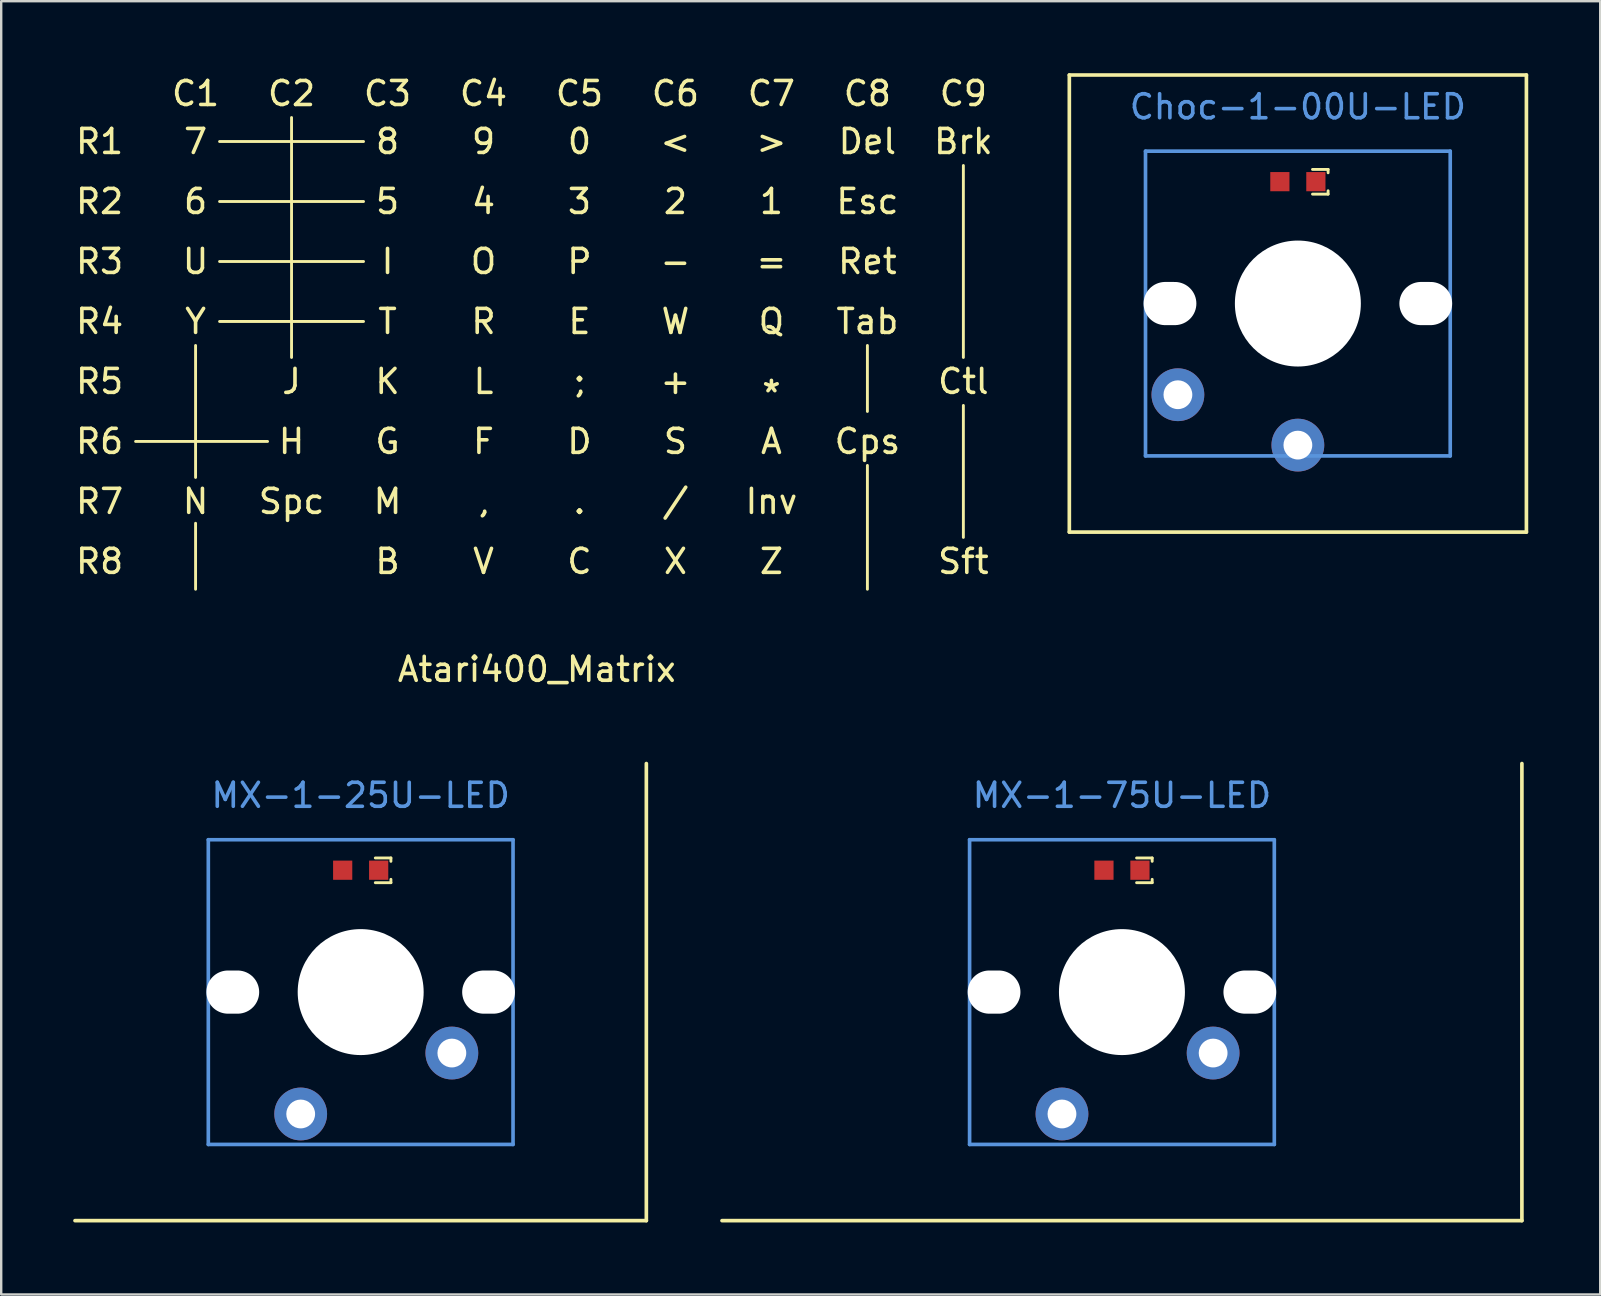
<source format=kicad_pcb>
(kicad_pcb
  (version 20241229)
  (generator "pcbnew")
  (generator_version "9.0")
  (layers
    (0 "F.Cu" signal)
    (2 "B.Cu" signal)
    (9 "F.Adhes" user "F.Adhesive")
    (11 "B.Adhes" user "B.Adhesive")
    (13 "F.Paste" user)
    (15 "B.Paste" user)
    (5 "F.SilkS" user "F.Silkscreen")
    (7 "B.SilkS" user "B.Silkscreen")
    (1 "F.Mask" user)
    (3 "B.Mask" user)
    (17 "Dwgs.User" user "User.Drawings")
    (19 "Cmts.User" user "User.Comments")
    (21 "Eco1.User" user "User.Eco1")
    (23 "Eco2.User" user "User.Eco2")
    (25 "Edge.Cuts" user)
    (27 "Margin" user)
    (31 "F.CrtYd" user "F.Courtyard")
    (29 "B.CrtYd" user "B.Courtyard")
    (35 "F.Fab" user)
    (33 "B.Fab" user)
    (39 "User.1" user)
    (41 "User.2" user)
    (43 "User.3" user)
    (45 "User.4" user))
  (footprint "MX-1-75U-LED"
    (layer "F.Cu")
    (at 43.71 33.218)
    (property "Reference" "MX-1-75U-LED" (at 0 -3.12 0) (layer "Cmts.User") (effects (font (size 1 1) (thickness 0.15))))
    (fp_line (start 0.61 -0.51) (end 1.26 -0.51) (stroke (width 0.12) (type solid)) (layer "F.SilkS"))
    (fp_line (start 0.61 0.52) (end 1.26 0.52) (stroke (width 0.12) (type solid)) (layer "F.SilkS"))
    (fp_line (start 1.26 -0.51) (end 1.26 -0.37) (stroke (width 0.12) (type solid)) (layer "F.SilkS"))
    (fp_line (start 1.26 0.52) (end 1.26 0.38) (stroke (width 0.12) (type solid)) (layer "F.SilkS"))
    (fp_line (start 16.669 -4.445) (end 16.669 14.605) (stroke (width 0.152) (type solid)) (layer "F.SilkS"))
    (fp_line (start 16.669 14.605) (end -16.669 14.605) (stroke (width 0.152) (type solid)) (layer "F.SilkS"))
    (fp_line (start -6.35 -1.27) (end 6.35 -1.27) (stroke (width 0.152) (type solid)) (layer "Cmts.User"))
    (fp_line (start -6.35 11.43) (end -6.35 -1.27) (stroke (width 0.152) (type solid)) (layer "Cmts.User"))
    (fp_line (start 6.35 -1.27) (end 6.35 11.43) (stroke (width 0.152) (type solid)) (layer "Cmts.User"))
    (fp_line (start 6.35 11.43) (end -6.35 11.43) (stroke (width 0.152) (type solid)) (layer "Cmts.User"))
    (pad "" np_thru_hole oval (at -5.33 5.08 270) (size 1.8 2.2) (drill oval 1.8 2.2) (layers "*.Cu" "*.Mask"))
    (pad "" np_thru_hole circle (at 0 5.08 180) (size 5.25 5.25) (drill 5.25) (layers "*.Cu" "*.Mask"))
    (pad "" np_thru_hole oval (at 5.33 5.08 270) (size 1.8 2.2) (drill oval 1.8 2.2) (layers "*.Cu" "*.Mask"))
    (pad "1" thru_hole circle (at -2.5 10.16) (size 2.2 2.2) (drill 1.2) (layers "*.Cu" "*.Mask"))
    (pad "2" thru_hole circle (at 3.8 7.62 225) (size 2.2 2.2) (drill 1.2) (layers "*.Cu" "*.Mask"))
    (pad "3" smd rect (at 0.75 0 90) (size 0.8 0.8) (layers "F.Cu" "F.Mask" "F.Paste"))
    (pad "4" smd rect (at -0.75 0 90) (size 0.8 0.8) (layers "F.Cu" "F.Mask" "F.Paste")))
  (footprint "MX-1-25U-LED"
    (layer "F.Cu")
    (at 11.982 33.218)
    (property "Reference" "MX-1-25U-LED" (at 0 -3.12 0) (layer "Cmts.User") (effects (font (size 1 1) (thickness 0.15))))
    (fp_line (start 0.61 -0.51) (end 1.26 -0.51) (stroke (width 0.12) (type solid)) (layer "F.SilkS"))
    (fp_line (start 0.61 0.52) (end 1.26 0.52) (stroke (width 0.12) (type solid)) (layer "F.SilkS"))
    (fp_line (start 1.26 -0.51) (end 1.26 -0.37) (stroke (width 0.12) (type solid)) (layer "F.SilkS"))
    (fp_line (start 1.26 0.52) (end 1.26 0.38) (stroke (width 0.12) (type solid)) (layer "F.SilkS"))
    (fp_line (start 11.906 -4.445) (end 11.906 14.605) (stroke (width 0.152) (type solid)) (layer "F.SilkS"))
    (fp_line (start 11.906 14.605) (end -11.906 14.605) (stroke (width 0.152) (type solid)) (layer "F.SilkS"))
    (fp_line (start -6.35 -1.27) (end 6.35 -1.27) (stroke (width 0.152) (type solid)) (layer "Cmts.User"))
    (fp_line (start -6.35 11.43) (end -6.35 -1.27) (stroke (width 0.152) (type solid)) (layer "Cmts.User"))
    (fp_line (start 6.35 -1.27) (end 6.35 11.43) (stroke (width 0.152) (type solid)) (layer "Cmts.User"))
    (fp_line (start 6.35 11.43) (end -6.35 11.43) (stroke (width 0.152) (type solid)) (layer "Cmts.User"))
    (pad "" np_thru_hole oval (at -5.33 5.08 270) (size 1.8 2.2) (drill oval 1.8 2.2) (layers "*.Cu" "*.Mask"))
    (pad "" np_thru_hole circle (at 0 5.08 180) (size 5.25 5.25) (drill 5.25) (layers "*.Cu" "*.Mask"))
    (pad "" np_thru_hole oval (at 5.33 5.08 270) (size 1.8 2.2) (drill oval 1.8 2.2) (layers "*.Cu" "*.Mask"))
    (pad "1" thru_hole circle (at -2.5 10.16) (size 2.2 2.2) (drill 1.2) (layers "*.Cu" "*.Mask"))
    (pad "2" thru_hole circle (at 3.8 7.62 225) (size 2.2 2.2) (drill 1.2) (layers "*.Cu" "*.Mask"))
    (pad "3" smd rect (at 0.75 0 90) (size 0.8 0.8) (layers "F.Cu" "F.Mask" "F.Paste"))
    (pad "4" smd rect (at -0.75 0 90) (size 0.8 0.8) (layers "F.Cu" "F.Mask" "F.Paste")))
  (footprint "Choc-1-00U-LED"
    (layer "F.Cu")
    (at 51.042 4.521)
    (property "Reference" "Choc-1-00U-LED" (at 0 -3.12 0) (layer "Cmts.User") (effects (font (size 1 1) (thickness 0.15))))
    (fp_line (start -9.525 -4.445) (end 9.525 -4.445) (stroke (width 0.152) (type solid)) (layer "F.SilkS"))
    (fp_line (start -9.525 14.605) (end -9.525 -4.445) (stroke (width 0.152) (type solid)) (layer "F.SilkS"))
    (fp_line (start 0.61 -0.51) (end 1.26 -0.51) (stroke (width 0.12) (type solid)) (layer "F.SilkS"))
    (fp_line (start 0.61 0.52) (end 1.26 0.52) (stroke (width 0.12) (type solid)) (layer "F.SilkS"))
    (fp_line (start 1.26 -0.51) (end 1.26 -0.37) (stroke (width 0.12) (type solid)) (layer "F.SilkS"))
    (fp_line (start 1.26 0.52) (end 1.26 0.38) (stroke (width 0.12) (type solid)) (layer "F.SilkS"))
    (fp_line (start 9.525 -4.445) (end 9.525 14.605) (stroke (width 0.152) (type solid)) (layer "F.SilkS"))
    (fp_line (start 9.525 14.605) (end -9.525 14.605) (stroke (width 0.152) (type solid)) (layer "F.SilkS"))
    (fp_line (start -6.35 -1.27) (end 6.35 -1.27) (stroke (width 0.152) (type solid)) (layer "Cmts.User"))
    (fp_line (start -6.35 11.43) (end -6.35 -1.27) (stroke (width 0.152) (type solid)) (layer "Cmts.User"))
    (fp_line (start 6.35 -1.27) (end 6.35 11.43) (stroke (width 0.152) (type solid)) (layer "Cmts.User"))
    (fp_line (start 6.35 11.43) (end -6.35 11.43) (stroke (width 0.152) (type solid)) (layer "Cmts.User"))
    (pad "" np_thru_hole oval (at -5.33 5.08 270) (size 1.8 2.2) (drill oval 1.8 2.2) (layers "*.Cu" "*.Mask"))
    (pad "" np_thru_hole circle (at 0 5.08 180) (size 5.25 5.25) (drill 5.25) (layers "*.Cu" "*.Mask"))
    (pad "" np_thru_hole oval (at 5.33 5.08 270) (size 1.8 2.2) (drill oval 1.8 2.2) (layers "*.Cu" "*.Mask"))
    (pad "1" thru_hole circle (at 0 10.98 90) (size 2.2 2.2) (drill 1.2) (layers "*.Cu" "*.Mask"))
    (pad "2" thru_hole circle (at -5 8.88 270) (size 2.2 2.2) (drill 1.2) (layers "*.Cu" "*.Mask"))
    (pad "3" smd rect (at 0.75 0 90) (size 0.8 0.8) (layers "F.Cu" "F.Mask" "F.Paste"))
    (pad "4" smd rect (at -0.75 0 90) (size 0.8 0.8) (layers "F.Cu" "F.Mask" "F.Paste")))
  (footprint "Atari400_Matrix"
    (layer "F.Cu")
    (at 19.321 11.348)
    (property "Reference" "Atari400_Matrix" (at 0 13.5 0) (layer "F.SilkS") (effects (font (size 1 1) (thickness 0.15))))
    (attr through_hole)
    (fp_line (start -16.72 4) (end -11.22 4) (stroke (width 0.12) (type solid)) (layer "F.SilkS"))
    (fp_line (start -14.22 0) (end -14.22 5.5) (stroke (width 0.12) (type solid)) (layer "F.SilkS"))
    (fp_line (start -14.22 7.41) (end -14.22 10.16) (stroke (width 0.12) (type solid)) (layer "F.SilkS"))
    (fp_line (start -13.22 -8.5) (end -7.22 -8.5) (stroke (width 0.12) (type solid)) (layer "F.SilkS"))
    (fp_line (start -13.22 -6) (end -7.22 -6) (stroke (width 0.12) (type solid)) (layer "F.SilkS"))
    (fp_line (start -13.22 -3.5) (end -7.22 -3.5) (stroke (width 0.12) (type solid)) (layer "F.SilkS"))
    (fp_line (start -13.22 -1) (end -7.22 -1) (stroke (width 0.12) (type solid)) (layer "F.SilkS"))
    (fp_line (start -10.22 -9.5) (end -10.22 0.5) (stroke (width 0.12) (type solid)) (layer "F.SilkS"))
    (fp_line (start 13.78 0) (end 13.78 2.75) (stroke (width 0.12) (type solid)) (layer "F.SilkS"))
    (fp_line (start 13.78 5) (end 13.78 10.16) (stroke (width 0.12) (type solid)) (layer "F.SilkS"))
    (fp_line (start 17.78 -7.5) (end 17.78 0.5) (stroke (width 0.12) (type solid)) (layer "F.SilkS"))
    (fp_line (start 17.78 2.5) (end 17.78 8) (stroke (width 0.12) (type solid)) (layer "F.SilkS"))
    (fp_text user "R8" (at -18.22 9 0) (layer "F.SilkS") (effects (font (size 1 1) (thickness 0.15))))
    (fp_text user "P" (at 1.78 -3.5 0) (layer "F.SilkS") (effects (font (size 1 1) (thickness 0.15))))
    (fp_text user "+" (at 5.78 1.5 0) (layer "F.SilkS") (effects (font (size 1 1) (thickness 0.15))))
    (fp_text user "R1" (at -18.22 -8.5 0) (layer "F.SilkS") (effects (font (size 1 1) (thickness 0.15))))
    (fp_text user "." (at 1.78 6.5 0) (layer "F.SilkS") (effects (font (size 1 1) (thickness 0.15))))
    (fp_text user "C2" (at -10.22 -10.5 0) (layer "F.SilkS") (effects (font (size 1 1) (thickness 0.15))))
    (fp_text user "C8" (at 13.78 -10.5 0) (layer "F.SilkS") (effects (font (size 1 1) (thickness 0.15))))
    (fp_text user "L" (at -2.22 1.5 0) (layer "F.SilkS") (effects (font (size 1 1) (thickness 0.15))))
    (fp_text user ";" (at 1.78 1.5 0) (layer "F.SilkS") (effects (font (size 1 1) (thickness 0.15))))
    (fp_text user "Del" (at 13.78 -8.5 0) (layer "F.SilkS") (effects (font (size 1 1) (thickness 0.15))))
    (fp_text user "9" (at -2.22 -8.5 0) (layer "F.SilkS") (effects (font (size 1 1) (thickness 0.15))))
    (fp_text user "D" (at 1.78 4 0) (layer "F.SilkS") (effects (font (size 1 1) (thickness 0.15))))
    (fp_text user "Esc" (at 13.78 -6 0) (layer "F.SilkS") (effects (font (size 1 1) (thickness 0.15))))
    (fp_text user "Sft" (at 17.78 9 0) (layer "F.SilkS") (effects (font (size 1 1) (thickness 0.15))))
    (fp_text user "E" (at 1.78 -1 0) (layer "F.SilkS") (effects (font (size 1 1) (thickness 0.15))))
    (fp_text user "S" (at 5.78 4 0) (layer "F.SilkS") (effects (font (size 1 1) (thickness 0.15))))
    (fp_text user "J" (at -10.22 1.5 0) (layer "F.SilkS") (effects (font (size 1 1) (thickness 0.15))))
    (fp_text user "1" (at 9.78 -6 0) (layer "F.SilkS") (effects (font (size 1 1) (thickness 0.15))))
    (fp_text user "R6" (at -18.22 4 0) (layer "F.SilkS") (effects (font (size 1 1) (thickness 0.15))))
    (fp_text user "Tab" (at 13.78 -1 0) (layer "F.SilkS") (effects (font (size 1 1) (thickness 0.15))))
    (fp_text user "8" (at -6.22 -8.5 0) (layer "F.SilkS") (effects (font (size 1 1) (thickness 0.15))))
    (fp_text user "C7" (at 9.78 -10.5 0) (layer "F.SilkS") (effects (font (size 1 1) (thickness 0.15))))
    (fp_text user "W" (at 5.78 -1 0) (layer "F.SilkS") (effects (font (size 1 1) (thickness 0.15))))
    (fp_text user "I" (at -6.22 -3.5 0) (layer "F.SilkS") (effects (font (size 1 1) (thickness 0.15))))
    (fp_text user "-" (at 5.78 -3.5 0) (layer "F.SilkS") (effects (font (size 1 1) (thickness 0.15))))
    (fp_text user "Ctl" (at 17.78 1.5 0) (layer "F.SilkS") (effects (font (size 1 1) (thickness 0.15))))
    (fp_text user "M" (at -6.22 6.5 0) (layer "F.SilkS") (effects (font (size 1 1) (thickness 0.15))))
    (fp_text user "R" (at -2.22 -1 0) (layer "F.SilkS") (effects (font (size 1 1) (thickness 0.15))))
    (fp_text user "U" (at -14.22 -3.5 0) (layer "F.SilkS") (effects (font (size 1 1) (thickness 0.15))))
    (fp_text user "Z" (at 9.78 9 0) (layer "F.SilkS") (effects (font (size 1 1) (thickness 0.15))))
    (fp_text user "5" (at -6.22 -6 0) (layer "F.SilkS") (effects (font (size 1 1) (thickness 0.15))))
    (fp_text user "C5" (at 1.78 -10.5 0) (layer "F.SilkS") (effects (font (size 1 1) (thickness 0.15))))
    (fp_text user "A" (at 9.78 4 0) (layer "F.SilkS") (effects (font (size 1 1) (thickness 0.15))))
    (fp_text user "T" (at -6.22 -1 0) (layer "F.SilkS") (effects (font (size 1 1) (thickness 0.15))))
    (fp_text user "G" (at -6.22 4 0) (layer "F.SilkS") (effects (font (size 1 1) (thickness 0.15))))
    (fp_text user "Inv" (at 9.78 6.5 0) (layer "F.SilkS") (effects (font (size 1 1) (thickness 0.15))))
    (fp_text user "0" (at 1.78 -8.5 0) (layer "F.SilkS") (effects (font (size 1 1) (thickness 0.15))))
    (fp_text user "<" (at 5.78 -8.5 0) (layer "F.SilkS") (effects (font (size 1 1) (thickness 0.15))))
    (fp_text user "Q" (at 9.78 -1 0) (layer "F.SilkS") (effects (font (size 1 1) (thickness 0.15))))
    (fp_text user "Spc" (at -10.22 6.5 0) (layer "F.SilkS") (effects (font (size 1 1) (thickness 0.15))))
    (fp_text user "X" (at 5.78 9 0) (layer "F.SilkS") (effects (font (size 1 1) (thickness 0.15))))
    (fp_text user "C4" (at -2.22 -10.5 0) (layer "F.SilkS") (effects (font (size 1 1) (thickness 0.15))))
    (fp_text user "3" (at 1.78 -6 0) (layer "F.SilkS") (effects (font (size 1 1) (thickness 0.15))))
    (fp_text user ">" (at 9.78 -8.5 0) (layer "F.SilkS") (effects (font (size 1 1) (thickness 0.15))))
    (fp_text user "C3" (at -6.22 -10.5 0) (layer "F.SilkS") (effects (font (size 1 1) (thickness 0.15))))
    (fp_text user "K" (at -6.22 1.5 0) (layer "F.SilkS") (effects (font (size 1 1) (thickness 0.15))))
    (fp_text user "=" (at 9.78 -3.5 0) (layer "F.SilkS") (effects (font (size 1 1) (thickness 0.15))))
    (fp_text user "C1" (at -14.22 -10.5 0) (layer "F.SilkS") (effects (font (size 1 1) (thickness 0.15))))
    (fp_text user "C6" (at 5.78 -10.5 0) (layer "F.SilkS") (effects (font (size 1 1) (thickness 0.15))))
    (fp_text user "R3" (at -18.22 -3.5 0) (layer "F.SilkS") (effects (font (size 1 1) (thickness 0.15))))
    (fp_text user "Y" (at -14.22 -1 0) (layer "F.SilkS") (effects (font (size 1 1) (thickness 0.15))))
    (fp_text user "O" (at -2.22 -3.5 0) (layer "F.SilkS") (effects (font (size 1 1) (thickness 0.15))))
    (fp_text user "B" (at -6.22 9 0) (layer "F.SilkS") (effects (font (size 1 1) (thickness 0.15))))
    (fp_text user "2" (at 5.78 -6 0) (layer "F.SilkS") (effects (font (size 1 1) (thickness 0.15))))
    (fp_text user "R7" (at -18.22 6.5 0) (layer "F.SilkS") (effects (font (size 1 1) (thickness 0.15))))
    (fp_text user "6" (at -14.22 -6 0) (layer "F.SilkS") (effects (font (size 1 1) (thickness 0.15))))
    (fp_text user "Ret" (at 13.78 -3.5 0) (layer "F.SilkS") (effects (font (size 1 1) (thickness 0.15))))
    (fp_text user "V" (at -2.22 9 0) (layer "F.SilkS") (effects (font (size 1 1) (thickness 0.15))))
    (fp_text user "C9" (at 17.78 -10.5 0) (layer "F.SilkS") (effects (font (size 1 1) (thickness 0.15))))
    (fp_text user "Brk" (at 17.78 -8.5 0) (layer "F.SilkS") (effects (font (size 1 1) (thickness 0.15))))
    (fp_text user "R5" (at -18.22 1.5 0) (layer "F.SilkS") (effects (font (size 1 1) (thickness 0.15))))
    (fp_text user "Cps" (at 13.78 4 0) (layer "F.SilkS") (effects (font (size 1 1) (thickness 0.15))))
    (fp_text user "," (at -2.22 6.5 0) (layer "F.SilkS") (effects (font (size 1 1) (thickness 0.15))))
    (fp_text user "H" (at -10.22 4 0) (layer "F.SilkS") (effects (font (size 1 1) (thickness 0.15))))
    (fp_text user "/" (at 5.78 6.5 0) (layer "F.SilkS") (effects (font (size 1 1) (thickness 0.15))))
    (fp_text user "*" (at 9.78 2 0) (layer "F.SilkS") (effects (font (size 1 1) (thickness 0.15))))
    (fp_text user "7" (at -14.22 -8.5 0) (layer "F.SilkS") (effects (font (size 1 1) (thickness 0.15))))
    (fp_text user "C" (at 1.78 9 0) (layer "F.SilkS") (effects (font (size 1 1) (thickness 0.15))))
    (fp_text user "4" (at -2.22 -6 0) (layer "F.SilkS") (effects (font (size 1 1) (thickness 0.15))))
    (fp_text user "R2" (at -18.22 -6 0) (layer "F.SilkS") (effects (font (size 1 1) (thickness 0.15))))
    (fp_text user "R4" (at -18.22 -1 0) (layer "F.SilkS") (effects (font (size 1 1) (thickness 0.15))))
    (fp_text user "N" (at -14.22 6.5 0) (layer "F.SilkS") (effects (font (size 1 1) (thickness 0.15))))
    (fp_text user "F" (at -2.22 4 0) (layer "F.SilkS") (effects (font (size 1 1) (thickness 0.15)))))
  (gr_rect
    (start -3 -3)
    (end 63.643 50.899)
    (stroke (width 0.1) (type default))
    (fill no)
    (layer "Edge.Cuts")))
</source>
